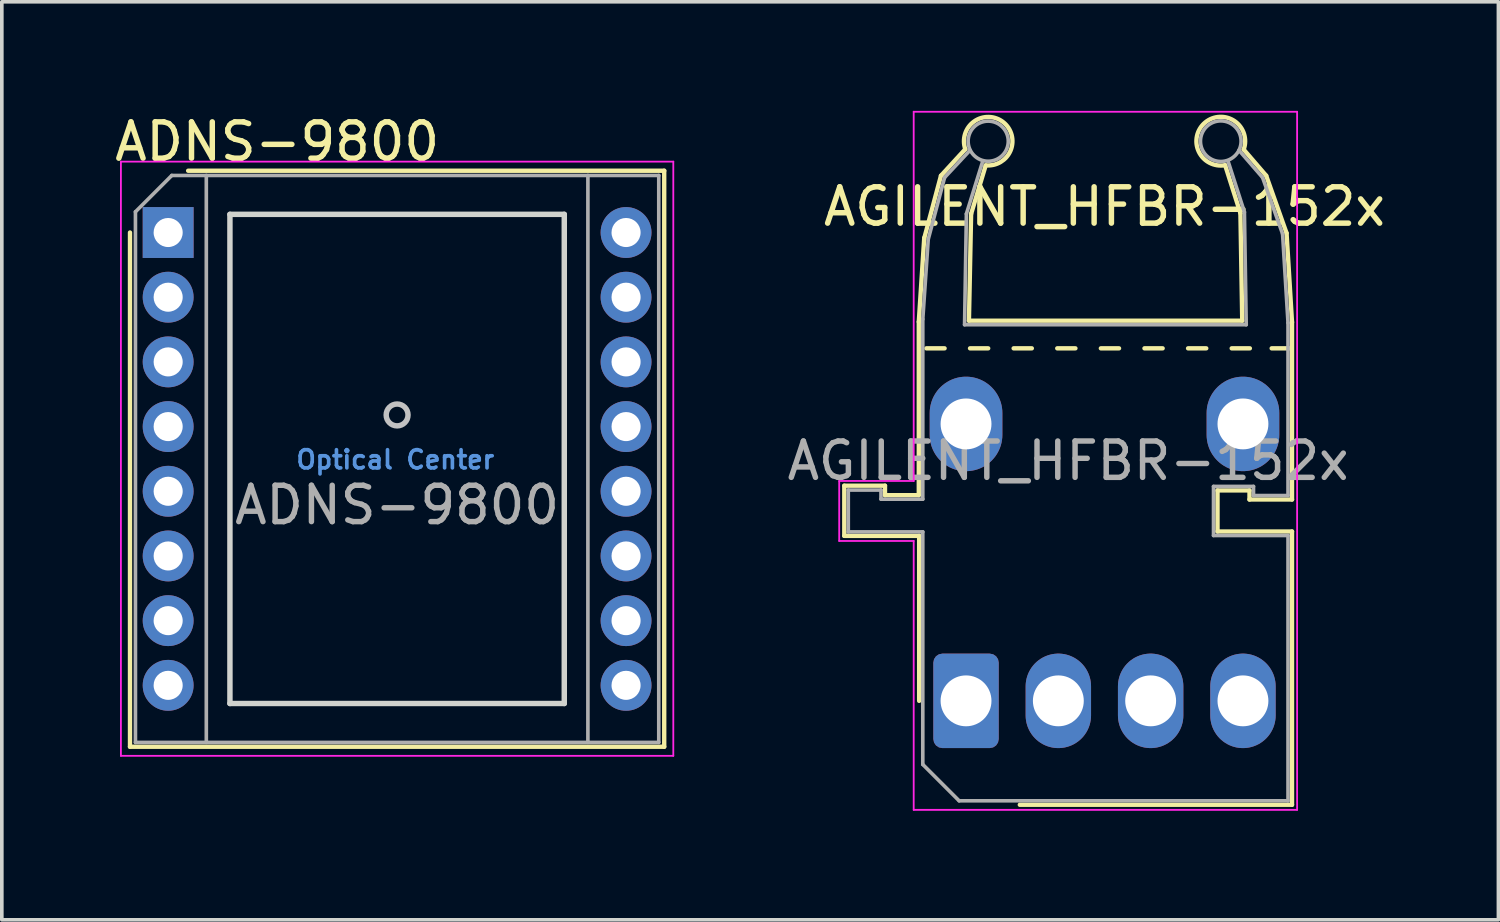
<source format=kicad_pcb>
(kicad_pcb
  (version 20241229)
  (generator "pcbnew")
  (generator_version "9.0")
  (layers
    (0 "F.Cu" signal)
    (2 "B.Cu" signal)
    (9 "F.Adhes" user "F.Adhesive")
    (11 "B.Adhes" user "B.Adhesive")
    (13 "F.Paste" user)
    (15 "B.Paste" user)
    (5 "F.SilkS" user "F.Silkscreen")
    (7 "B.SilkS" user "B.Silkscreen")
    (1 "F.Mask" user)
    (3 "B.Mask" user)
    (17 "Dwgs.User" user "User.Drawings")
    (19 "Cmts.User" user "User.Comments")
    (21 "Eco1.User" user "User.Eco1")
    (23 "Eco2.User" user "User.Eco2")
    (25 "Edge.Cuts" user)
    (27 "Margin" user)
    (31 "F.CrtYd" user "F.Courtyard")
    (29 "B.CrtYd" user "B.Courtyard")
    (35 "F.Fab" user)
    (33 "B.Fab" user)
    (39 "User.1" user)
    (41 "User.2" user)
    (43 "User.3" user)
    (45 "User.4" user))
  (footprint "ADNS-9800"
    (layer "F.Cu")
    (at 1.577 3.348)
    (property "Reference" "ADNS-9800" (at 3 -2.5 180) (layer "F.SilkS") (effects (font (size 1 1) (thickness 0.15))))
    (attr through_hole)
    (fp_line (start -1.05 14.15) (end -1.05 0) (stroke (width 0.12) (type solid)) (layer "F.SilkS"))
    (fp_line (start 0.55 -1.7) (end 13.65 -1.7) (stroke (width 0.12) (type solid)) (layer "F.SilkS"))
    (fp_line (start 13.65 -1.7) (end 13.65 14.15) (stroke (width 0.12) (type solid)) (layer "F.SilkS"))
    (fp_line (start 13.65 14.15) (end -1.05 14.15) (stroke (width 0.12) (type solid)) (layer "F.SilkS"))
    (fp_circle (center 6.3 5.02) (end 6 5) (stroke (width 0.15) (type solid)) (fill no) (layer "Dwgs.User"))
    (fp_line (start 1.7 -0.5) (end 10.9 -0.5) (stroke (width 0.15) (type solid)) (layer "Edge.Cuts"))
    (fp_line (start 1.7 12.96) (end 1.7 -0.5) (stroke (width 0.15) (type solid)) (layer "Edge.Cuts"))
    (fp_line (start 10.9 -0.5) (end 10.9 12.96) (stroke (width 0.15) (type solid)) (layer "Edge.Cuts"))
    (fp_line (start 10.9 12.96) (end 1.7 12.96) (stroke (width 0.15) (type solid)) (layer "Edge.Cuts"))
    (fp_line (start -1.3 -1.95) (end 13.9 -1.95) (stroke (width 0.05) (type solid)) (layer "F.CrtYd"))
    (fp_line (start -1.3 14.4) (end -1.3 -1.95) (stroke (width 0.05) (type solid)) (layer "F.CrtYd"))
    (fp_line (start 13.9 -1.95) (end 13.9 14.4) (stroke (width 0.05) (type solid)) (layer "F.CrtYd"))
    (fp_line (start 13.9 14.4) (end -1.3 14.4) (stroke (width 0.05) (type solid)) (layer "F.CrtYd"))
    (fp_line (start -0.9 14.03) (end -0.9 -0.57) (stroke (width 0.1) (type solid)) (layer "F.Fab"))
    (fp_line (start 0.1 -1.57) (end -0.9 -0.57) (stroke (width 0.1) (type solid)) (layer "F.Fab"))
    (fp_line (start 0.1 -1.57) (end 13.5 -1.57) (stroke (width 0.1) (type solid)) (layer "F.Fab"))
    (fp_line (start 1.05 -1.57) (end 1.05 14.03) (stroke (width 0.1) (type solid)) (layer "F.Fab"))
    (fp_line (start 11.55 -1.57) (end 11.55 14.03) (stroke (width 0.1) (type solid)) (layer "F.Fab"))
    (fp_line (start 13.5 -1.57) (end 13.5 14.03) (stroke (width 0.1) (type solid)) (layer "F.Fab"))
    (fp_line (start 13.5 14.03) (end -0.9 14.03) (stroke (width 0.1) (type solid)) (layer "F.Fab"))
    (fp_text user "Optical Center" (at 6.25 6.25 180) (layer "Cmts.User") (effects (font (size 0.5 0.5) (thickness 0.1))))
    (fp_text user "${REFERENCE}" (at 6.3 7.5 0) (layer "F.Fab") (effects (font (size 1 1) (thickness 0.15))))
    (pad "1" thru_hole rect (at 0 0) (size 1.4 1.4) (drill 0.8) (layers "*.Cu" "*.Mask"))
    (pad "2" thru_hole circle (at 0 1.78) (size 1.4 1.4) (drill 0.8) (layers "*.Cu" "*.Mask"))
    (pad "3" thru_hole circle (at 0 3.56) (size 1.4 1.4) (drill 0.8) (layers "*.Cu" "*.Mask"))
    (pad "4" thru_hole circle (at 0 5.34) (size 1.4 1.4) (drill 0.8) (layers "*.Cu" "*.Mask"))
    (pad "5" thru_hole circle (at 0 7.12) (size 1.4 1.4) (drill 0.8) (layers "*.Cu" "*.Mask"))
    (pad "6" thru_hole circle (at 0 8.9) (size 1.4 1.4) (drill 0.8) (layers "*.Cu" "*.Mask"))
    (pad "7" thru_hole circle (at 0 10.68) (size 1.4 1.4) (drill 0.8) (layers "*.Cu" "*.Mask"))
    (pad "8" thru_hole circle (at 0 12.46) (size 1.4 1.4) (drill 0.8) (layers "*.Cu" "*.Mask"))
    (pad "9" thru_hole circle (at 12.6 12.46) (size 1.4 1.4) (drill 0.8) (layers "*.Cu" "*.Mask"))
    (pad "10" thru_hole circle (at 12.6 10.68) (size 1.4 1.4) (drill 0.8) (layers "*.Cu" "*.Mask"))
    (pad "11" thru_hole circle (at 12.6 8.9) (size 1.4 1.4) (drill 0.8) (layers "*.Cu" "*.Mask"))
    (pad "12" thru_hole circle (at 12.6 7.12) (size 1.4 1.4) (drill 0.8) (layers "*.Cu" "*.Mask"))
    (pad "13" thru_hole circle (at 12.6 5.34) (size 1.4 1.4) (drill 0.8) (layers "*.Cu" "*.Mask"))
    (pad "14" thru_hole circle (at 12.6 3.56) (size 1.4 1.4) (drill 0.8) (layers "*.Cu" "*.Mask"))
    (pad "15" thru_hole circle (at 12.6 1.78) (size 1.4 1.4) (drill 0.8) (layers "*.Cu" "*.Mask"))
    (pad "16" thru_hole circle (at 12.6 0) (size 1.4 1.4) (drill 0.8) (layers "*.Cu" "*.Mask")))
  (footprint "AGILENT_HFBR-152x"
    (layer "F.Cu")
    (at 23.532 16.235)
    (property "Reference" "AGILENT_HFBR-152x" (at 3.81 -13.6 0) (layer "F.SilkS") (effects (font (size 1 1) (thickness 0.15))))
    (attr through_hole)
    (fp_line (start -3.35 -5.92) (end -2.23 -5.92) (stroke (width 0.12) (type solid)) (layer "F.SilkS"))
    (fp_line (start -3.35 -4.54) (end -3.35 -5.92) (stroke (width 0.12) (type solid)) (layer "F.SilkS"))
    (fp_line (start -2.23 -5.66) (end -2.23 -5.92) (stroke (width 0.12) (type solid)) (layer "F.SilkS"))
    (fp_line (start -2.23 -5.66) (end -1.3 -5.66) (stroke (width 0.12) (type solid)) (layer "F.SilkS"))
    (fp_line (start -1.3 -10.43) (end -1.15 -12.74) (stroke (width 0.12) (type solid)) (layer "F.SilkS"))
    (fp_line (start -1.3 -5.66) (end -1.3 -10.43) (stroke (width 0.12) (type solid)) (layer "F.SilkS"))
    (fp_line (start -1.29 -4.54) (end -3.35 -4.54) (stroke (width 0.12) (type solid)) (layer "F.SilkS"))
    (fp_line (start -1.29 -4.54) (end -1.29 0.000043) (stroke (width 0.12) (type solid)) (layer "F.SilkS"))
    (fp_line (start -1.15 -12.73) (end -0.69 -14.45) (stroke (width 0.12) (type solid)) (layer "F.SilkS"))
    (fp_line (start -0.69 -14.45) (end -0.02 -15.18) (stroke (width 0.12) (type solid)) (layer "F.SilkS"))
    (fp_line (start -0.59 -9.7) (end -1.09 -9.7) (stroke (width 0.12) (type solid)) (layer "F.SilkS"))
    (fp_line (start 0.08 -10.46) (end 0.14 -13.4) (stroke (width 0.12) (type solid)) (layer "F.SilkS"))
    (fp_line (start 0.14 -13.4) (end 0.54 -14.73) (stroke (width 0.12) (type solid)) (layer "F.SilkS"))
    (fp_line (start 0.61 -9.7) (end 0.11 -9.7) (stroke (width 0.12) (type solid)) (layer "F.SilkS"))
    (fp_line (start 1.48 2.86) (end 8.97 2.86) (stroke (width 0.12) (type solid)) (layer "F.SilkS"))
    (fp_line (start 1.81 -9.7) (end 1.31 -9.7) (stroke (width 0.12) (type solid)) (layer "F.SilkS"))
    (fp_line (start 3.01 -9.7) (end 2.51 -9.7) (stroke (width 0.12) (type solid)) (layer "F.SilkS"))
    (fp_line (start 4.21 -9.7) (end 3.71 -9.7) (stroke (width 0.12) (type solid)) (layer "F.SilkS"))
    (fp_line (start 5.41 -9.7) (end 4.91 -9.7) (stroke (width 0.12) (type solid)) (layer "F.SilkS"))
    (fp_line (start 6.61 -9.7) (end 6.11 -9.7) (stroke (width 0.12) (type solid)) (layer "F.SilkS"))
    (fp_line (start 6.92 -5.79) (end 7.8 -5.79) (stroke (width 0.12) (type solid)) (layer "F.SilkS"))
    (fp_line (start 6.92 -4.66) (end 6.92 -5.79) (stroke (width 0.12) (type solid)) (layer "F.SilkS"))
    (fp_line (start 7.55 -13.42) (end 7.13 -14.74) (stroke (width 0.12) (type solid)) (layer "F.SilkS"))
    (fp_line (start 7.6 -10.46) (end 0.08 -10.46) (stroke (width 0.12) (type solid)) (layer "F.SilkS"))
    (fp_line (start 7.6 -10.46) (end 7.55 -13.42) (stroke (width 0.12) (type solid)) (layer "F.SilkS"))
    (fp_line (start 7.8 -5.54) (end 7.8 -5.79) (stroke (width 0.12) (type solid)) (layer "F.SilkS"))
    (fp_line (start 7.8 -5.54) (end 8.97 -5.54) (stroke (width 0.12) (type solid)) (layer "F.SilkS"))
    (fp_line (start 7.81 -9.7) (end 7.31 -9.7) (stroke (width 0.12) (type solid)) (layer "F.SilkS"))
    (fp_line (start 8.26 -14.45) (end 7.64 -15.17) (stroke (width 0.12) (type solid)) (layer "F.SilkS"))
    (fp_line (start 8.82 -12.87) (end 8.26 -14.45) (stroke (width 0.12) (type solid)) (layer "F.SilkS"))
    (fp_line (start 8.91 -9.7) (end 8.41 -9.7) (stroke (width 0.12) (type solid)) (layer "F.SilkS"))
    (fp_line (start 8.97 -10.42) (end 8.82 -12.87) (stroke (width 0.12) (type solid)) (layer "F.SilkS"))
    (fp_line (start 8.97 -5.54) (end 8.97 -10.42) (stroke (width 0.12) (type solid)) (layer "F.SilkS"))
    (fp_line (start 8.97 -4.66) (end 6.92 -4.66) (stroke (width 0.12) (type solid)) (layer "F.SilkS"))
    (fp_line (start 8.97 2.86) (end 8.97 -4.66) (stroke (width 0.12) (type solid)) (layer "F.SilkS"))
    (fp_arc (start -0.02 -15.18) (mid 1.024518 -15.922948) (end 0.53962 -14.736414) (stroke (width 0.12) (type solid)) (layer "F.SilkS"))
    (fp_arc (start 7.129973 -14.740147) (mid 6.577787 -15.912827) (end 7.64 -15.17) (stroke (width 0.12) (type solid)) (layer "F.SilkS"))
    (fp_line (start -3.49 -6.05) (end -3.49 -4.4) (stroke (width 0.05) (type solid)) (layer "F.CrtYd"))
    (fp_line (start -3.49 -4.4) (end -1.44 -4.4) (stroke (width 0.05) (type solid)) (layer "F.CrtYd"))
    (fp_line (start -1.44 -16.21) (end -1.44 -6.05) (stroke (width 0.05) (type solid)) (layer "F.CrtYd"))
    (fp_line (start -1.44 -16.21) (end 9.11 -16.21) (stroke (width 0.05) (type solid)) (layer "F.CrtYd"))
    (fp_line (start -1.44 -6.05) (end -3.49 -6.05) (stroke (width 0.05) (type solid)) (layer "F.CrtYd"))
    (fp_line (start -1.44 -4.4) (end -1.44 3) (stroke (width 0.05) (type solid)) (layer "F.CrtYd"))
    (fp_line (start 9.11 3) (end -1.44 3) (stroke (width 0.05) (type solid)) (layer "F.CrtYd"))
    (fp_line (start 9.11 3) (end 9.11 -16.21) (stroke (width 0.05) (type solid)) (layer "F.CrtYd"))
    (fp_line (start -3.24 -5.8) (end -3.24 -4.65) (stroke (width 0.1) (type solid)) (layer "F.Fab"))
    (fp_line (start -3.24 -4.65) (end -1.19 -4.65) (stroke (width 0.1) (type solid)) (layer "F.Fab"))
    (fp_line (start -2.34 -5.8) (end -3.24 -5.8) (stroke (width 0.1) (type solid)) (layer "F.Fab"))
    (fp_line (start -2.34 -5.55) (end -2.34 -5.8) (stroke (width 0.1) (type solid)) (layer "F.Fab"))
    (fp_line (start -1.19 -10.5) (end -1.19 -5.55) (stroke (width 0.1) (type solid)) (layer "F.Fab"))
    (fp_line (start -1.19 -5.55) (end -2.34 -5.55) (stroke (width 0.1) (type solid)) (layer "F.Fab"))
    (fp_line (start -1.19 -4.65) (end -1.19 1.75) (stroke (width 0.1) (type solid)) (layer "F.Fab"))
    (fp_line (start -1.04 -12.7) (end -1.19 -10.5) (stroke (width 0.1) (type solid)) (layer "F.Fab"))
    (fp_line (start -0.59 -14.4) (end -1.04 -12.7) (stroke (width 0.1) (type solid)) (layer "F.Fab"))
    (fp_line (start -0.19 2.75) (end -1.19 1.75) (stroke (width 0.1) (type solid)) (layer "F.Fab"))
    (fp_line (start -0.19 2.75) (end 8.86 2.75) (stroke (width 0.1) (type solid)) (layer "F.Fab"))
    (fp_line (start -0.04 -10.35) (end 0.01 -13.4) (stroke (width 0.1) (type solid)) (layer "F.Fab"))
    (fp_line (start 0.01 -13.4) (end 0.46 -14.85) (stroke (width 0.1) (type solid)) (layer "F.Fab"))
    (fp_line (start 0.11 -15.15) (end -0.59 -14.4) (stroke (width 0.1) (type solid)) (layer "F.Fab"))
    (fp_line (start 6.81 -5.9) (end 7.91 -5.9) (stroke (width 0.1) (type solid)) (layer "F.Fab"))
    (fp_line (start 6.81 -4.55) (end 6.81 -5.9) (stroke (width 0.1) (type solid)) (layer "F.Fab"))
    (fp_line (start 7.21 -14.85) (end 7.66 -13.45) (stroke (width 0.1) (type solid)) (layer "F.Fab"))
    (fp_line (start 7.66 -13.45) (end 7.71 -10.35) (stroke (width 0.1) (type solid)) (layer "F.Fab"))
    (fp_line (start 7.71 -10.35) (end -0.04 -10.35) (stroke (width 0.1) (type solid)) (layer "F.Fab"))
    (fp_line (start 7.91 -5.9) (end 7.91 -5.65) (stroke (width 0.1) (type solid)) (layer "F.Fab"))
    (fp_line (start 7.91 -5.65) (end 8.86 -5.65) (stroke (width 0.1) (type solid)) (layer "F.Fab"))
    (fp_line (start 8.16 -14.4) (end 7.51 -15.15) (stroke (width 0.1) (type solid)) (layer "F.Fab"))
    (fp_line (start 8.71 -12.85) (end 8.16 -14.4) (stroke (width 0.1) (type solid)) (layer "F.Fab"))
    (fp_line (start 8.86 -10.4) (end 8.71 -12.85) (stroke (width 0.1) (type solid)) (layer "F.Fab"))
    (fp_line (start 8.86 -5.65) (end 8.86 -10.4) (stroke (width 0.1) (type solid)) (layer "F.Fab"))
    (fp_line (start 8.86 -4.55) (end 6.81 -4.55) (stroke (width 0.1) (type solid)) (layer "F.Fab"))
    (fp_line (start 8.86 2.75) (end 8.86 -4.55) (stroke (width 0.1) (type solid)) (layer "F.Fab"))
    (fp_circle (center 0.61 -15.4) (end 0.66 -14.85) (stroke (width 0.1) (type solid)) (fill no) (layer "F.Fab"))
    (fp_circle (center 7.01 -15.4) (end 7.51 -15.15) (stroke (width 0.1) (type solid)) (fill no) (layer "F.Fab"))
    (fp_text user "${REFERENCE}" (at 2.81 -6.605 0) (layer "F.Fab") (effects (font (size 1 1) (thickness 0.15))))
    (pad "1" thru_hole roundrect (at 0 0) (size 1.8 2.6) (drill 1.4) (layers "*.Cu" "*.Mask") (roundrect_rratio 0.139))
    (pad "2" thru_hole oval (at 2.54 0) (size 1.8 2.6) (drill 1.4) (layers "*.Cu" "*.Mask"))
    (pad "3" thru_hole oval (at 5.08 0) (size 1.8 2.6) (drill 1.4) (layers "*.Cu" "*.Mask"))
    (pad "4" thru_hole oval (at 7.62 0) (size 1.8 2.6) (drill 1.4) (layers "*.Cu" "*.Mask"))
    (pad "5" thru_hole oval (at 7.62 -7.62) (size 2 2.6) (drill 1.4) (layers "*.Cu" "*.Mask"))
    (pad "6" thru_hole oval (at 0 -7.62) (size 2 2.6) (drill 1.4) (layers "*.Cu" "*.Mask")))
  (gr_rect
    (start -3 -3)
    (end 38.181 22.26)
    (stroke (width 0.1) (type default))
    (fill no)
    (layer "Edge.Cuts")))
</source>
